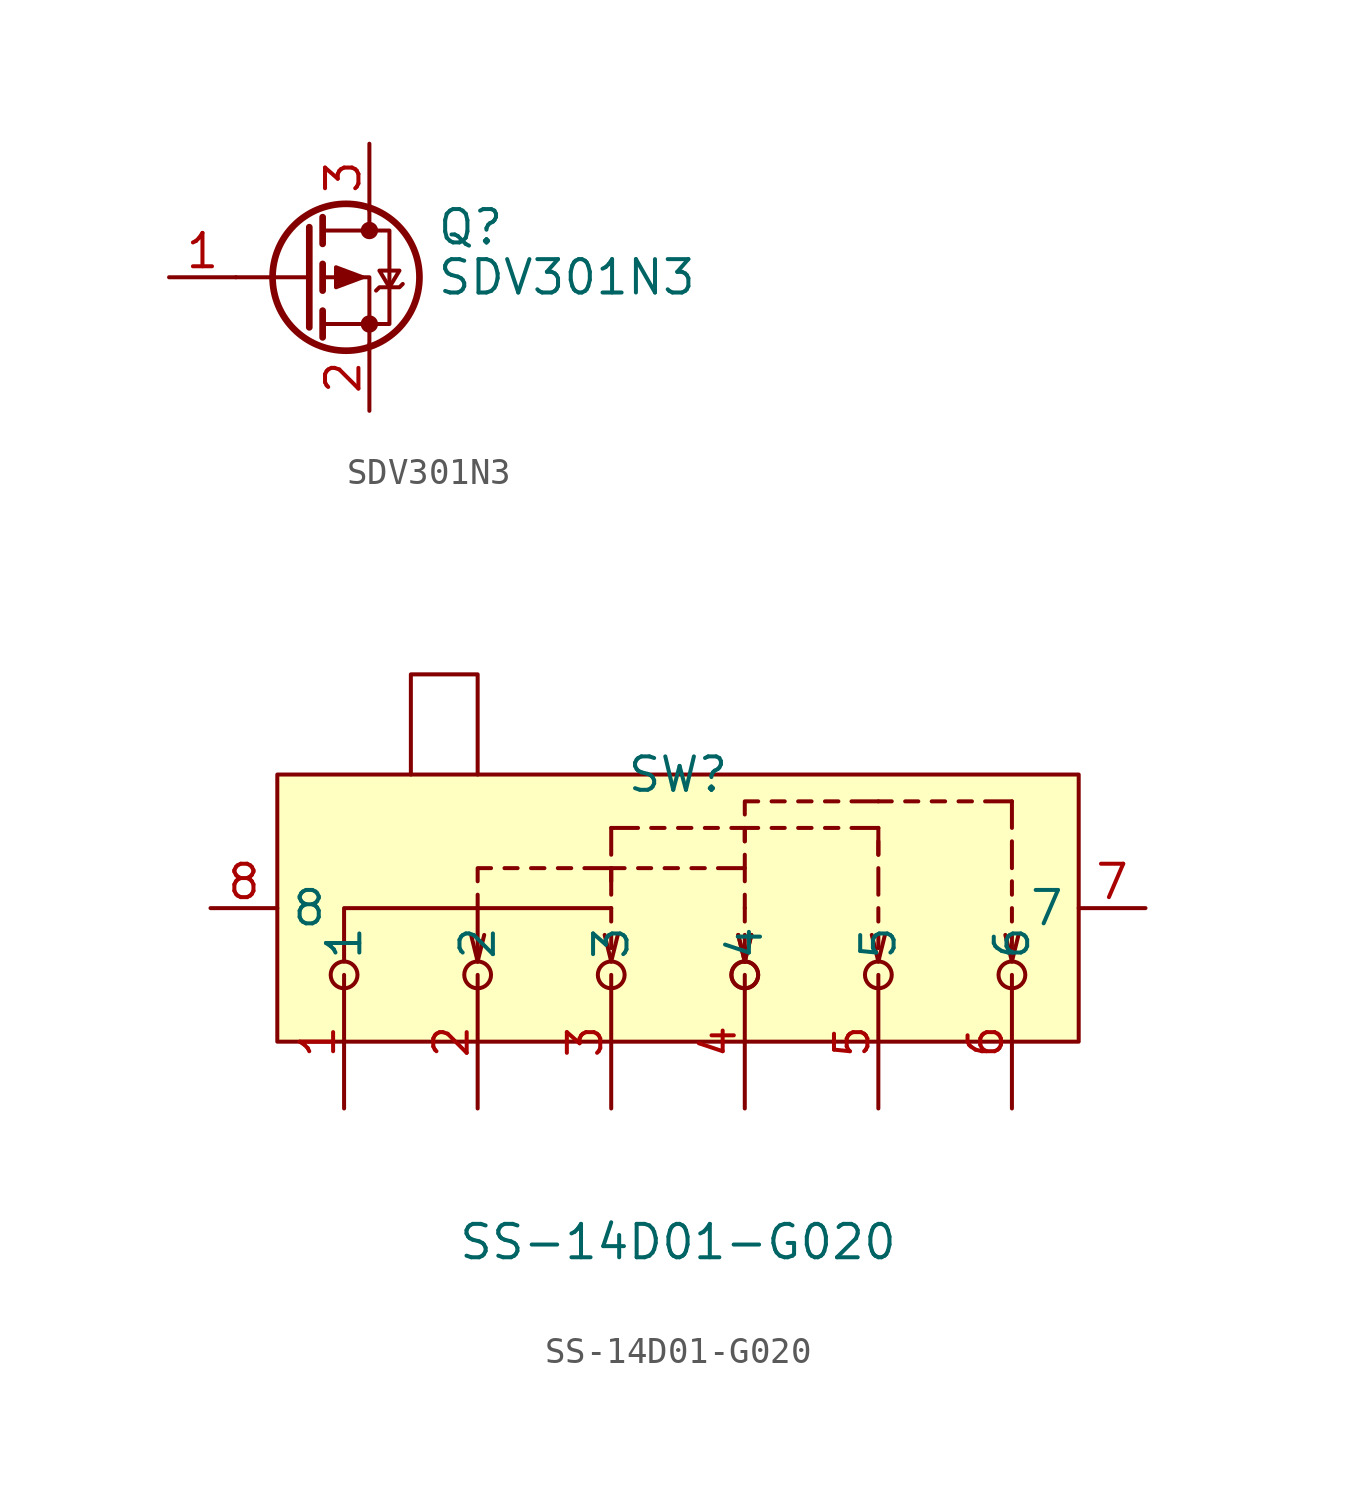
<source format=kicad_sym>
(kicad_symbol_lib
  (version 20231120)
  (generator "kicad_symbol_editor")
  (generator_version "8.0")
  (symbol "SDV301N3"
    (pin_names hide)
    (property "Reference" "Q"
      (at 5.08 1.905 0)
      (effects (font (size 1.27 1.27)) (justify left)))
    (property "Value" "SDV301N3"
      (at 5.08 0 0)
      (effects (font (size 1.27 1.27)) (justify left)))
    (symbol "SDV301N3_0_1"
      (polyline (pts (xy 0.254 0) (xy -2.54 0)) (stroke (width 0) (type default)) (fill (type none)))
      (polyline (pts (xy 0.254 1.905) (xy 0.254 -1.905)) (stroke (width 0.254) (type default)) (fill (type none)))
      (polyline (pts (xy 0.762 -1.27) (xy 0.762 -2.286)) (stroke (width 0.254) (type default)) (fill (type none)))
      (polyline (pts (xy 0.762 0.508) (xy 0.762 -0.508)) (stroke (width 0.254) (type default)) (fill (type none)))
      (polyline (pts (xy 0.762 2.286) (xy 0.762 1.27)) (stroke (width 0.254) (type default)) (fill (type none)))
      (polyline (pts (xy 2.54 2.54) (xy 2.54 1.778)) (stroke (width 0) (type default)) (fill (type none)))
      (polyline (pts (xy 2.54 -2.54) (xy 2.54 0) (xy 0.762 0)) (stroke (width 0) (type default)) (fill (type none)))
      (polyline (pts (xy 0.762 1.778) (xy 3.302 1.778) (xy 3.302 -1.778) (xy 0.762 -1.778)) (stroke (width 0) (type default)) (fill (type none)))
      (polyline (pts (xy 2.286 0) (xy 1.27 0.381) (xy 1.27 -0.381) (xy 2.286 0)) (stroke (width 0) (type default)) (fill (type outline)))
      (polyline (pts (xy 2.794 -0.508) (xy 2.921 -0.381) (xy 3.683 -0.381) (xy 3.81 -0.254)) (stroke (width 0) (type default)) (fill (type none)))
      (polyline (pts (xy 3.302 -0.381) (xy 2.921 0.254) (xy 3.683 0.254) (xy 3.302 -0.381)) (stroke (width 0) (type default)) (fill (type none)))
      (circle (center 1.651 0) (radius 2.794) (stroke (width 0.254) (type default)) (fill (type none)))
      (circle (center 2.54 -1.778) (radius 0.254) (stroke (width 0) (type default)) (fill (type outline)))
      (circle (center 2.54 1.778) (radius 0.254) (stroke (width 0) (type default)) (fill (type outline))))
    (symbol "SDV301N3_1_1"
      (pin input line (at -5.08 0 0) (length 2.54) (name "G" (effects (font (size 1.27 1.27)))) (number "1" (effects (font (size 1.27 1.27)))))
      (pin passive line (at 2.54 -5.08 90) (length 2.54) (name "S" (effects (font (size 1.27 1.27)))) (number "2" (effects (font (size 1.27 1.27)))))
      (pin passive line (at 2.54 5.08 270) (length 2.54) (name "D" (effects (font (size 1.27 1.27)))) (number "3" (effects (font (size 1.27 1.27)))))))
  (symbol "SS-14D01-G020"
    (property "Reference" "SW"
      (at 0 5.08 0)
      (effects (font (size 1.27 1.27))))
    (property "Value" "SS-14D01-G020"
      (at 0 -12.7 0)
      (effects (font (size 1.27 1.27))))
    (symbol "SS-14D01-G020_0_1"
      (rectangle (start -15.24 5.08) (end 15.24 -5.08) (stroke (width 0) (type default)) (fill (type background)))
      (circle (center -12.7 -2.54) (radius 0.51) (stroke (width 0) (type default)) (fill (type none)))
      (circle (center -7.62 -2.54) (radius 0.51) (stroke (width 0) (type default)) (fill (type none)))
      (circle (center -2.54 -2.54) (radius 0.51) (stroke (width 0) (type default)) (fill (type none)))
      (polyline (pts (xy -7.62 -2.03) (xy -7.87 -1.02)) (stroke (width 0) (type default)) (fill (type none)))
      (polyline (pts (xy -7.62 -2.03) (xy -7.37 -1.02)) (stroke (width 0) (type default)) (fill (type none)))
      (polyline (pts (xy -7.62 0) (xy -7.62 0.51)) (stroke (width 0) (type default)) (fill (type none)))
      (polyline (pts (xy -6.6 1.52) (xy -6.1 1.52)) (stroke (width 0) (type default)) (fill (type none)))
      (polyline (pts (xy -5.59 1.52) (xy -5.08 1.52)) (stroke (width 0) (type default)) (fill (type none)))
      (polyline (pts (xy -4.57 1.52) (xy -4.06 1.52)) (stroke (width 0) (type default)) (fill (type none)))
      (polyline (pts (xy -3.56 1.52) (xy -2.54 1.52)) (stroke (width 0) (type default)) (fill (type none)))
      (polyline (pts (xy -2.54 -2.03) (xy -2.79 -1.02)) (stroke (width 0) (type default)) (fill (type none)))
      (polyline (pts (xy -2.54 -2.03) (xy -2.29 -1.02)) (stroke (width 0) (type default)) (fill (type none)))
      (polyline (pts (xy -2.54 -1.52) (xy -2.54 -1.02)) (stroke (width 0) (type default)) (fill (type none)))
      (polyline (pts (xy -2.54 -0.51) (xy -2.54 0)) (stroke (width 0) (type default)) (fill (type none)))
      (polyline (pts (xy -2.54 1.52) (xy -2.54 0.51)) (stroke (width 0) (type default)) (fill (type none)))
      (polyline (pts (xy -2.54 3.05) (xy -2.54 2.03)) (stroke (width 0) (type default)) (fill (type none)))
      (polyline (pts (xy -1.52 1.52) (xy -1.02 1.52)) (stroke (width 0) (type default)) (fill (type none)))
      (polyline (pts (xy -1.52 3.05) (xy -2.54 3.05)) (stroke (width 0) (type default)) (fill (type none)))
      (polyline (pts (xy -0.51 1.52) (xy 0 1.52)) (stroke (width 0) (type default)) (fill (type none)))
      (polyline (pts (xy -0.51 3.05) (xy -1.02 3.05)) (stroke (width 0) (type default)) (fill (type none)))
      (polyline (pts (xy 0.51 1.52) (xy 1.02 1.52)) (stroke (width 0) (type default)) (fill (type none)))
      (polyline (pts (xy 0.51 3.05) (xy 0 3.05)) (stroke (width 0) (type default)) (fill (type none)))
      (polyline (pts (xy 1.52 1.52) (xy 2.54 1.52)) (stroke (width 0) (type default)) (fill (type none)))
      (polyline (pts (xy 1.52 3.05) (xy 1.02 3.05)) (stroke (width 0) (type default)) (fill (type none)))
      (polyline (pts (xy 2.54 -2.03) (xy 2.29 -1.02)) (stroke (width 0) (type default)) (fill (type none)))
      (polyline (pts (xy 2.54 -2.03) (xy 2.29 -1.02)) (stroke (width 0) (type default)) (fill (type none)))
      (polyline (pts (xy 2.54 -2.03) (xy 2.79 -1.02)) (stroke (width 0) (type default)) (fill (type none)))
      (polyline (pts (xy 2.54 -2.03) (xy 2.79 -1.02)) (stroke (width 0) (type default)) (fill (type none)))
      (polyline (pts (xy 2.54 -1.52) (xy 2.54 -1.02)) (stroke (width 0) (type default)) (fill (type none)))
      (polyline (pts (xy 2.54 -0.51) (xy 2.54 0)) (stroke (width 0) (type default)) (fill (type none)))
      (polyline (pts (xy 2.54 0) (xy 2.54 0.51)) (stroke (width 0) (type default)) (fill (type none)))
      (polyline (pts (xy 2.54 2.03) (xy 2.54 1.02)) (stroke (width 0) (type default)) (fill (type none)))
      (polyline (pts (xy 3.56 3.05) (xy 4.06 3.05)) (stroke (width 0) (type default)) (fill (type none)))
      (polyline (pts (xy 3.56 4.06) (xy 4.06 4.06)) (stroke (width 0) (type default)) (fill (type none)))
      (polyline (pts (xy 4.57 3.05) (xy 5.08 3.05)) (stroke (width 0) (type default)) (fill (type none)))
      (polyline (pts (xy 4.57 4.06) (xy 5.08 4.06)) (stroke (width 0) (type default)) (fill (type none)))
      (polyline (pts (xy 5.59 3.05) (xy 6.1 3.05)) (stroke (width 0) (type default)) (fill (type none)))
      (polyline (pts (xy 5.59 4.06) (xy 6.1 4.06)) (stroke (width 0) (type default)) (fill (type none)))
      (polyline (pts (xy 6.6 3.05) (xy 7.62 3.05)) (stroke (width 0) (type default)) (fill (type none)))
      (polyline (pts (xy 6.6 4.06) (xy 7.62 4.06)) (stroke (width 0) (type default)) (fill (type none)))
      (polyline (pts (xy 7.62 -2.03) (xy 7.37 -1.02)) (stroke (width 0) (type default)) (fill (type none)))
      (polyline (pts (xy 7.62 -2.03) (xy 7.87 -1.02)) (stroke (width 0) (type default)) (fill (type none)))
      (polyline (pts (xy 7.62 -1.52) (xy 7.62 -1.02)) (stroke (width 0) (type default)) (fill (type none)))
      (polyline (pts (xy 7.62 -0.51) (xy 7.62 0)) (stroke (width 0) (type default)) (fill (type none)))
      (polyline (pts (xy 7.62 1.52) (xy 7.62 0.51)) (stroke (width 0) (type default)) (fill (type none)))
      (polyline (pts (xy 7.62 2.03) (xy 7.62 2.54)) (stroke (width 0) (type default)) (fill (type none)))
      (polyline (pts (xy 7.62 3.05) (xy 7.62 2.03)) (stroke (width 0) (type default)) (fill (type none)))
      (polyline (pts (xy 7.62 4.06) (xy 8.13 4.06)) (stroke (width 0) (type default)) (fill (type none)))
      (polyline (pts (xy 8.64 4.06) (xy 9.14 4.06)) (stroke (width 0) (type default)) (fill (type none)))
      (polyline (pts (xy 9.65 4.06) (xy 10.16 4.06)) (stroke (width 0) (type default)) (fill (type none)))
      (polyline (pts (xy 10.67 4.06) (xy 11.18 4.06)) (stroke (width 0) (type default)) (fill (type none)))
      (polyline (pts (xy 11.68 4.06) (xy 12.7 4.06)) (stroke (width 0) (type default)) (fill (type none)))
      (polyline (pts (xy 12.7 -2.03) (xy 12.45 -1.02)) (stroke (width 0) (type default)) (fill (type none)))
      (polyline (pts (xy 12.7 -2.03) (xy 12.95 -1.02)) (stroke (width 0) (type default)) (fill (type none)))
      (polyline (pts (xy 12.7 -1.52) (xy 12.7 -1.02)) (stroke (width 0) (type default)) (fill (type none)))
      (polyline (pts (xy 12.7 -0.51) (xy 12.7 0)) (stroke (width 0) (type default)) (fill (type none)))
      (polyline (pts (xy 12.7 0.51) (xy 12.7 1.02)) (stroke (width 0) (type default)) (fill (type none)))
      (polyline (pts (xy 12.7 2.54) (xy 12.7 1.52)) (stroke (width 0) (type default)) (fill (type none)))
      (polyline (pts (xy 12.7 4.06) (xy 12.7 3.05)) (stroke (width 0) (type default)) (fill (type none)))
      (polyline (pts (xy -7.62 1.02) (xy -7.62 1.52) (xy -7.11 1.52)) (stroke (width 0) (type default)) (fill (type none)))
      (polyline (pts (xy -2.54 1.02) (xy -2.54 1.52) (xy -2.03 1.52)) (stroke (width 0) (type default)) (fill (type none)))
      (polyline (pts (xy 2.54 2.54) (xy 2.54 3.05) (xy 2.03 3.05)) (stroke (width 0) (type default)) (fill (type none)))
      (polyline (pts (xy 2.54 2.54) (xy 2.54 3.05) (xy 3.05 3.05)) (stroke (width 0) (type default)) (fill (type none)))
      (polyline (pts (xy 2.54 3.56) (xy 2.54 4.06) (xy 3.05 4.06)) (stroke (width 0) (type default)) (fill (type none)))
      (polyline (pts (xy -10.16 5.08) (xy -10.16 8.89) (xy -7.62 8.89) (xy -7.62 5.08)) (stroke (width 0) (type default)) (fill (type none)))
      (polyline (pts (xy -12.7 -2.03) (xy -12.7 0) (xy -2.54 0) (xy -7.62 0) (xy -7.62 -2.03)) (stroke (width 0) (type default)) (fill (type none)))
      (circle (center 2.54 -2.54) (radius 0.51) (stroke (width 0) (type default)) (fill (type none)))
      (circle (center 2.54 -2.54) (radius 0.51) (stroke (width 0) (type default)) (fill (type none)))
      (circle (center 7.62 -2.54) (radius 0.51) (stroke (width 0) (type default)) (fill (type none)))
      (circle (center 12.7 -2.54) (radius 0.51) (stroke (width 0) (type default)) (fill (type none)))
      (pin unspecified line (at -12.7 -7.62 90) (length 5.08) (name "1" (effects (font (size 1.27 1.27)))) (number "1" (effects (font (size 1.27 1.27)))))
      (pin unspecified line (at -7.62 -7.62 90) (length 5.08) (name "2" (effects (font (size 1.27 1.27)))) (number "2" (effects (font (size 1.27 1.27)))))
      (pin unspecified line (at -2.54 -7.62 90) (length 5.08) (name "3" (effects (font (size 1.27 1.27)))) (number "3" (effects (font (size 1.27 1.27)))))
      (pin unspecified line (at 2.54 -7.62 90) (length 5.08) (name "4" (effects (font (size 1.27 1.27)))) (number "4" (effects (font (size 1.27 1.27)))))
      (pin unspecified line (at 7.62 -7.62 90) (length 5.08) (name "5" (effects (font (size 1.27 1.27)))) (number "5" (effects (font (size 1.27 1.27)))))
      (pin unspecified line (at 12.7 -7.62 90) (length 5.08) (name "6" (effects (font (size 1.27 1.27)))) (number "6" (effects (font (size 1.27 1.27)))))
      (pin unspecified line (at 17.78 0 180) (length 2.54) (name "7" (effects (font (size 1.27 1.27)))) (number "7" (effects (font (size 1.27 1.27)))))
      (pin unspecified line (at -17.78 0 0) (length 2.54) (name "8" (effects (font (size 1.27 1.27)))) (number "8" (effects (font (size 1.27 1.27))))))))
</source>
